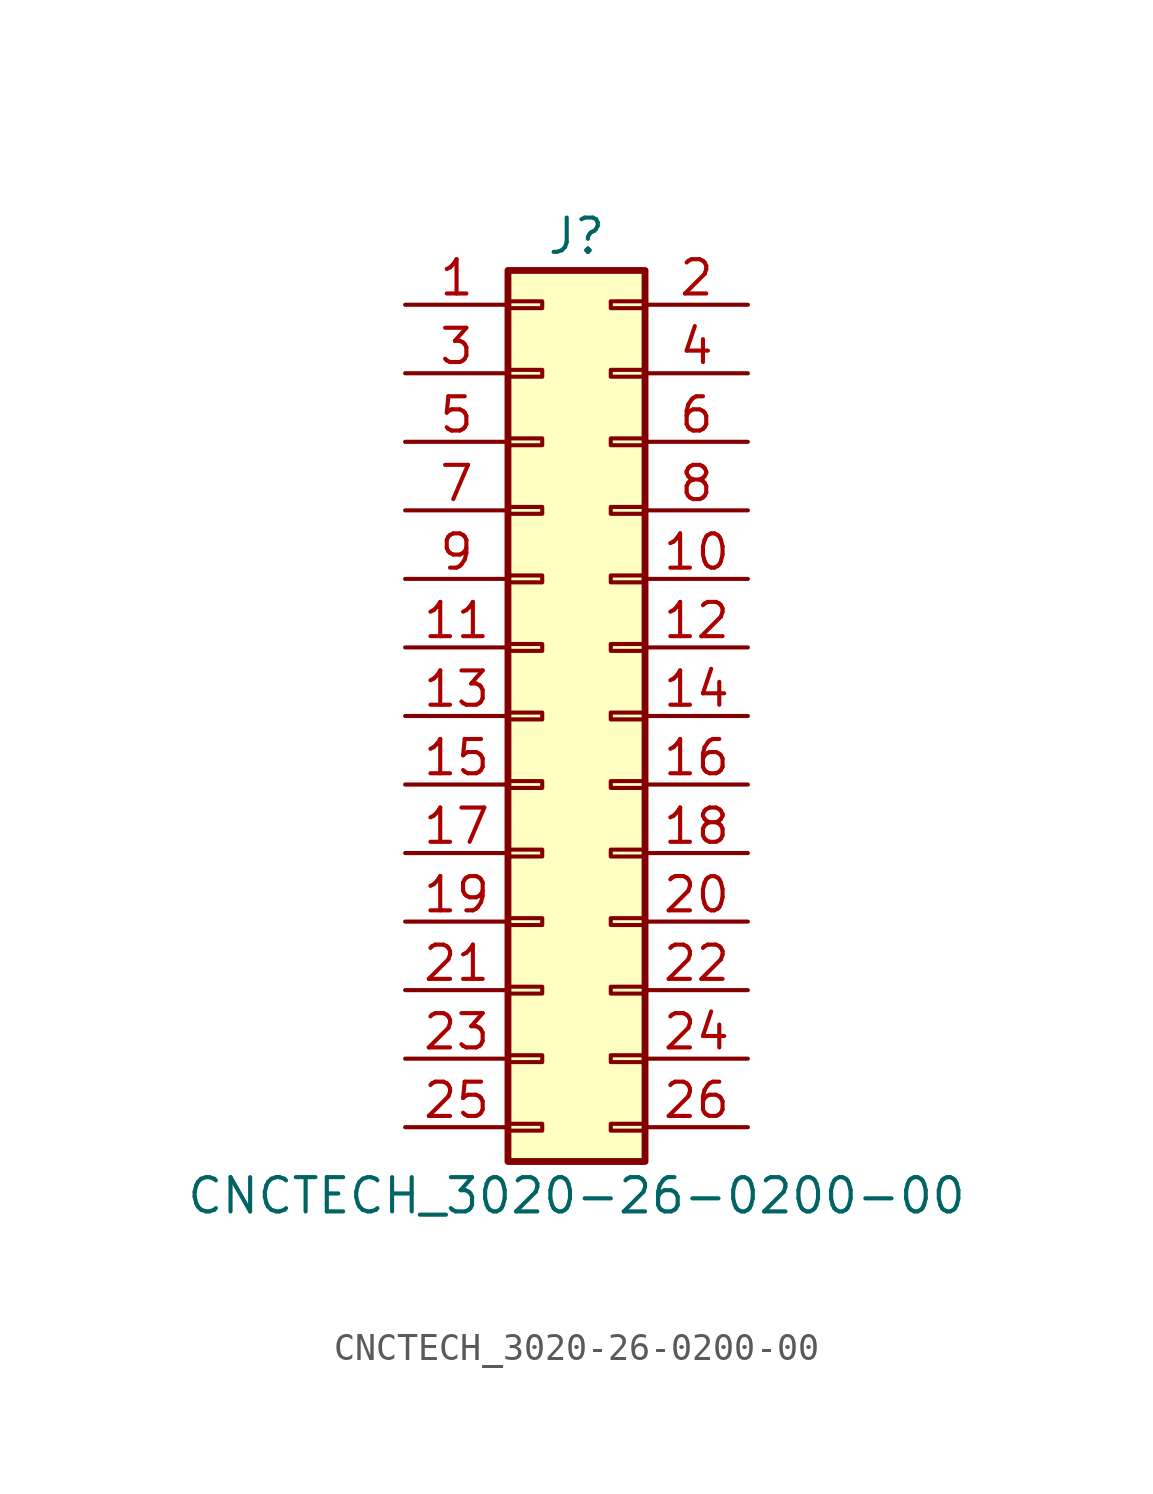
<source format=kicad_sym>
(kicad_symbol_lib
  (version 20231120)
  (generator "kicad_symbol_editor")
  (generator_version "8.0")
  (symbol "CNCTECH_3020-26-0200-00"
    (pin_names
      (offset 1.016) hide)
    (property "Reference" "J"
      (at 1.27 17.78 0)
      (effects (font (size 1.27 1.27))))
    (property "Value" "CNCTECH_3020-26-0200-00"
      (at 1.27 -17.78 0)
      (effects (font (size 1.27 1.27))))
    (symbol "CNCTECH_3020-26-0200-00_1_1"
      (rectangle (start -1.27 -15.113) (end 0 -15.367) (stroke (width 0.152) (type default)) (fill (type none)))
      (rectangle (start -1.27 -12.573) (end 0 -12.827) (stroke (width 0.152) (type default)) (fill (type none)))
      (rectangle (start -1.27 -10.033) (end 0 -10.287) (stroke (width 0.152) (type default)) (fill (type none)))
      (rectangle (start -1.27 -7.493) (end 0 -7.747) (stroke (width 0.152) (type default)) (fill (type none)))
      (rectangle (start -1.27 -4.953) (end 0 -5.207) (stroke (width 0.152) (type default)) (fill (type none)))
      (rectangle (start -1.27 -2.413) (end 0 -2.667) (stroke (width 0.152) (type default)) (fill (type none)))
      (rectangle (start -1.27 0.127) (end 0 -0.127) (stroke (width 0.152) (type default)) (fill (type none)))
      (rectangle (start -1.27 2.667) (end 0 2.413) (stroke (width 0.152) (type default)) (fill (type none)))
      (rectangle (start -1.27 5.207) (end 0 4.953) (stroke (width 0.152) (type default)) (fill (type none)))
      (rectangle (start -1.27 7.747) (end 0 7.493) (stroke (width 0.152) (type default)) (fill (type none)))
      (rectangle (start -1.27 10.287) (end 0 10.033) (stroke (width 0.152) (type default)) (fill (type none)))
      (rectangle (start -1.27 12.827) (end 0 12.573) (stroke (width 0.152) (type default)) (fill (type none)))
      (rectangle (start -1.27 15.367) (end 0 15.113) (stroke (width 0.152) (type default)) (fill (type none)))
      (rectangle (start -1.27 16.51) (end 3.81 -16.51) (stroke (width 0.254) (type default)) (fill (type background)))
      (rectangle (start 3.81 -15.113) (end 2.54 -15.367) (stroke (width 0.152) (type default)) (fill (type none)))
      (rectangle (start 3.81 -12.573) (end 2.54 -12.827) (stroke (width 0.152) (type default)) (fill (type none)))
      (rectangle (start 3.81 -10.033) (end 2.54 -10.287) (stroke (width 0.152) (type default)) (fill (type none)))
      (rectangle (start 3.81 -7.493) (end 2.54 -7.747) (stroke (width 0.152) (type default)) (fill (type none)))
      (rectangle (start 3.81 -4.953) (end 2.54 -5.207) (stroke (width 0.152) (type default)) (fill (type none)))
      (rectangle (start 3.81 -2.413) (end 2.54 -2.667) (stroke (width 0.152) (type default)) (fill (type none)))
      (rectangle (start 3.81 0.127) (end 2.54 -0.127) (stroke (width 0.152) (type default)) (fill (type none)))
      (rectangle (start 3.81 2.667) (end 2.54 2.413) (stroke (width 0.152) (type default)) (fill (type none)))
      (rectangle (start 3.81 5.207) (end 2.54 4.953) (stroke (width 0.152) (type default)) (fill (type none)))
      (rectangle (start 3.81 7.747) (end 2.54 7.493) (stroke (width 0.152) (type default)) (fill (type none)))
      (rectangle (start 3.81 10.287) (end 2.54 10.033) (stroke (width 0.152) (type default)) (fill (type none)))
      (rectangle (start 3.81 12.827) (end 2.54 12.573) (stroke (width 0.152) (type default)) (fill (type none)))
      (rectangle (start 3.81 15.367) (end 2.54 15.113) (stroke (width 0.152) (type default)) (fill (type none)))
      (pin passive line (at -5.08 15.24 0) (length 3.81) (name "Pin_1" (effects (font (size 1.27 1.27)))) (number "1" (effects (font (size 1.27 1.27)))))
      (pin passive line (at 7.62 5.08 180) (length 3.81) (name "Pin_10" (effects (font (size 1.27 1.27)))) (number "10" (effects (font (size 1.27 1.27)))))
      (pin passive line (at -5.08 2.54 0) (length 3.81) (name "Pin_11" (effects (font (size 1.27 1.27)))) (number "11" (effects (font (size 1.27 1.27)))))
      (pin passive line (at 7.62 2.54 180) (length 3.81) (name "Pin_12" (effects (font (size 1.27 1.27)))) (number "12" (effects (font (size 1.27 1.27)))))
      (pin passive line (at -5.08 0 0) (length 3.81) (name "Pin_13" (effects (font (size 1.27 1.27)))) (number "13" (effects (font (size 1.27 1.27)))))
      (pin passive line (at 7.62 0 180) (length 3.81) (name "Pin_14" (effects (font (size 1.27 1.27)))) (number "14" (effects (font (size 1.27 1.27)))))
      (pin passive line (at -5.08 -2.54 0) (length 3.81) (name "Pin_15" (effects (font (size 1.27 1.27)))) (number "15" (effects (font (size 1.27 1.27)))))
      (pin passive line (at 7.62 -2.54 180) (length 3.81) (name "Pin_16" (effects (font (size 1.27 1.27)))) (number "16" (effects (font (size 1.27 1.27)))))
      (pin passive line (at -5.08 -5.08 0) (length 3.81) (name "Pin_17" (effects (font (size 1.27 1.27)))) (number "17" (effects (font (size 1.27 1.27)))))
      (pin passive line (at 7.62 -5.08 180) (length 3.81) (name "Pin_18" (effects (font (size 1.27 1.27)))) (number "18" (effects (font (size 1.27 1.27)))))
      (pin passive line (at -5.08 -7.62 0) (length 3.81) (name "Pin_19" (effects (font (size 1.27 1.27)))) (number "19" (effects (font (size 1.27 1.27)))))
      (pin passive line (at 7.62 15.24 180) (length 3.81) (name "Pin_2" (effects (font (size 1.27 1.27)))) (number "2" (effects (font (size 1.27 1.27)))))
      (pin passive line (at 7.62 -7.62 180) (length 3.81) (name "Pin_20" (effects (font (size 1.27 1.27)))) (number "20" (effects (font (size 1.27 1.27)))))
      (pin passive line (at -5.08 -10.16 0) (length 3.81) (name "Pin_21" (effects (font (size 1.27 1.27)))) (number "21" (effects (font (size 1.27 1.27)))))
      (pin passive line (at 7.62 -10.16 180) (length 3.81) (name "Pin_22" (effects (font (size 1.27 1.27)))) (number "22" (effects (font (size 1.27 1.27)))))
      (pin passive line (at -5.08 -12.7 0) (length 3.81) (name "Pin_23" (effects (font (size 1.27 1.27)))) (number "23" (effects (font (size 1.27 1.27)))))
      (pin passive line (at 7.62 -12.7 180) (length 3.81) (name "Pin_24" (effects (font (size 1.27 1.27)))) (number "24" (effects (font (size 1.27 1.27)))))
      (pin passive line (at -5.08 -15.24 0) (length 3.81) (name "Pin_25" (effects (font (size 1.27 1.27)))) (number "25" (effects (font (size 1.27 1.27)))))
      (pin passive line (at 7.62 -15.24 180) (length 3.81) (name "Pin_26" (effects (font (size 1.27 1.27)))) (number "26" (effects (font (size 1.27 1.27)))))
      (pin passive line (at -5.08 12.7 0) (length 3.81) (name "Pin_3" (effects (font (size 1.27 1.27)))) (number "3" (effects (font (size 1.27 1.27)))))
      (pin passive line (at 7.62 12.7 180) (length 3.81) (name "Pin_4" (effects (font (size 1.27 1.27)))) (number "4" (effects (font (size 1.27 1.27)))))
      (pin passive line (at -5.08 10.16 0) (length 3.81) (name "Pin_5" (effects (font (size 1.27 1.27)))) (number "5" (effects (font (size 1.27 1.27)))))
      (pin passive line (at 7.62 10.16 180) (length 3.81) (name "Pin_6" (effects (font (size 1.27 1.27)))) (number "6" (effects (font (size 1.27 1.27)))))
      (pin passive line (at -5.08 7.62 0) (length 3.81) (name "Pin_7" (effects (font (size 1.27 1.27)))) (number "7" (effects (font (size 1.27 1.27)))))
      (pin passive line (at 7.62 7.62 180) (length 3.81) (name "Pin_8" (effects (font (size 1.27 1.27)))) (number "8" (effects (font (size 1.27 1.27)))))
      (pin passive line (at -5.08 5.08 0) (length 3.81) (name "Pin_9" (effects (font (size 1.27 1.27)))) (number "9" (effects (font (size 1.27 1.27))))))))
</source>
